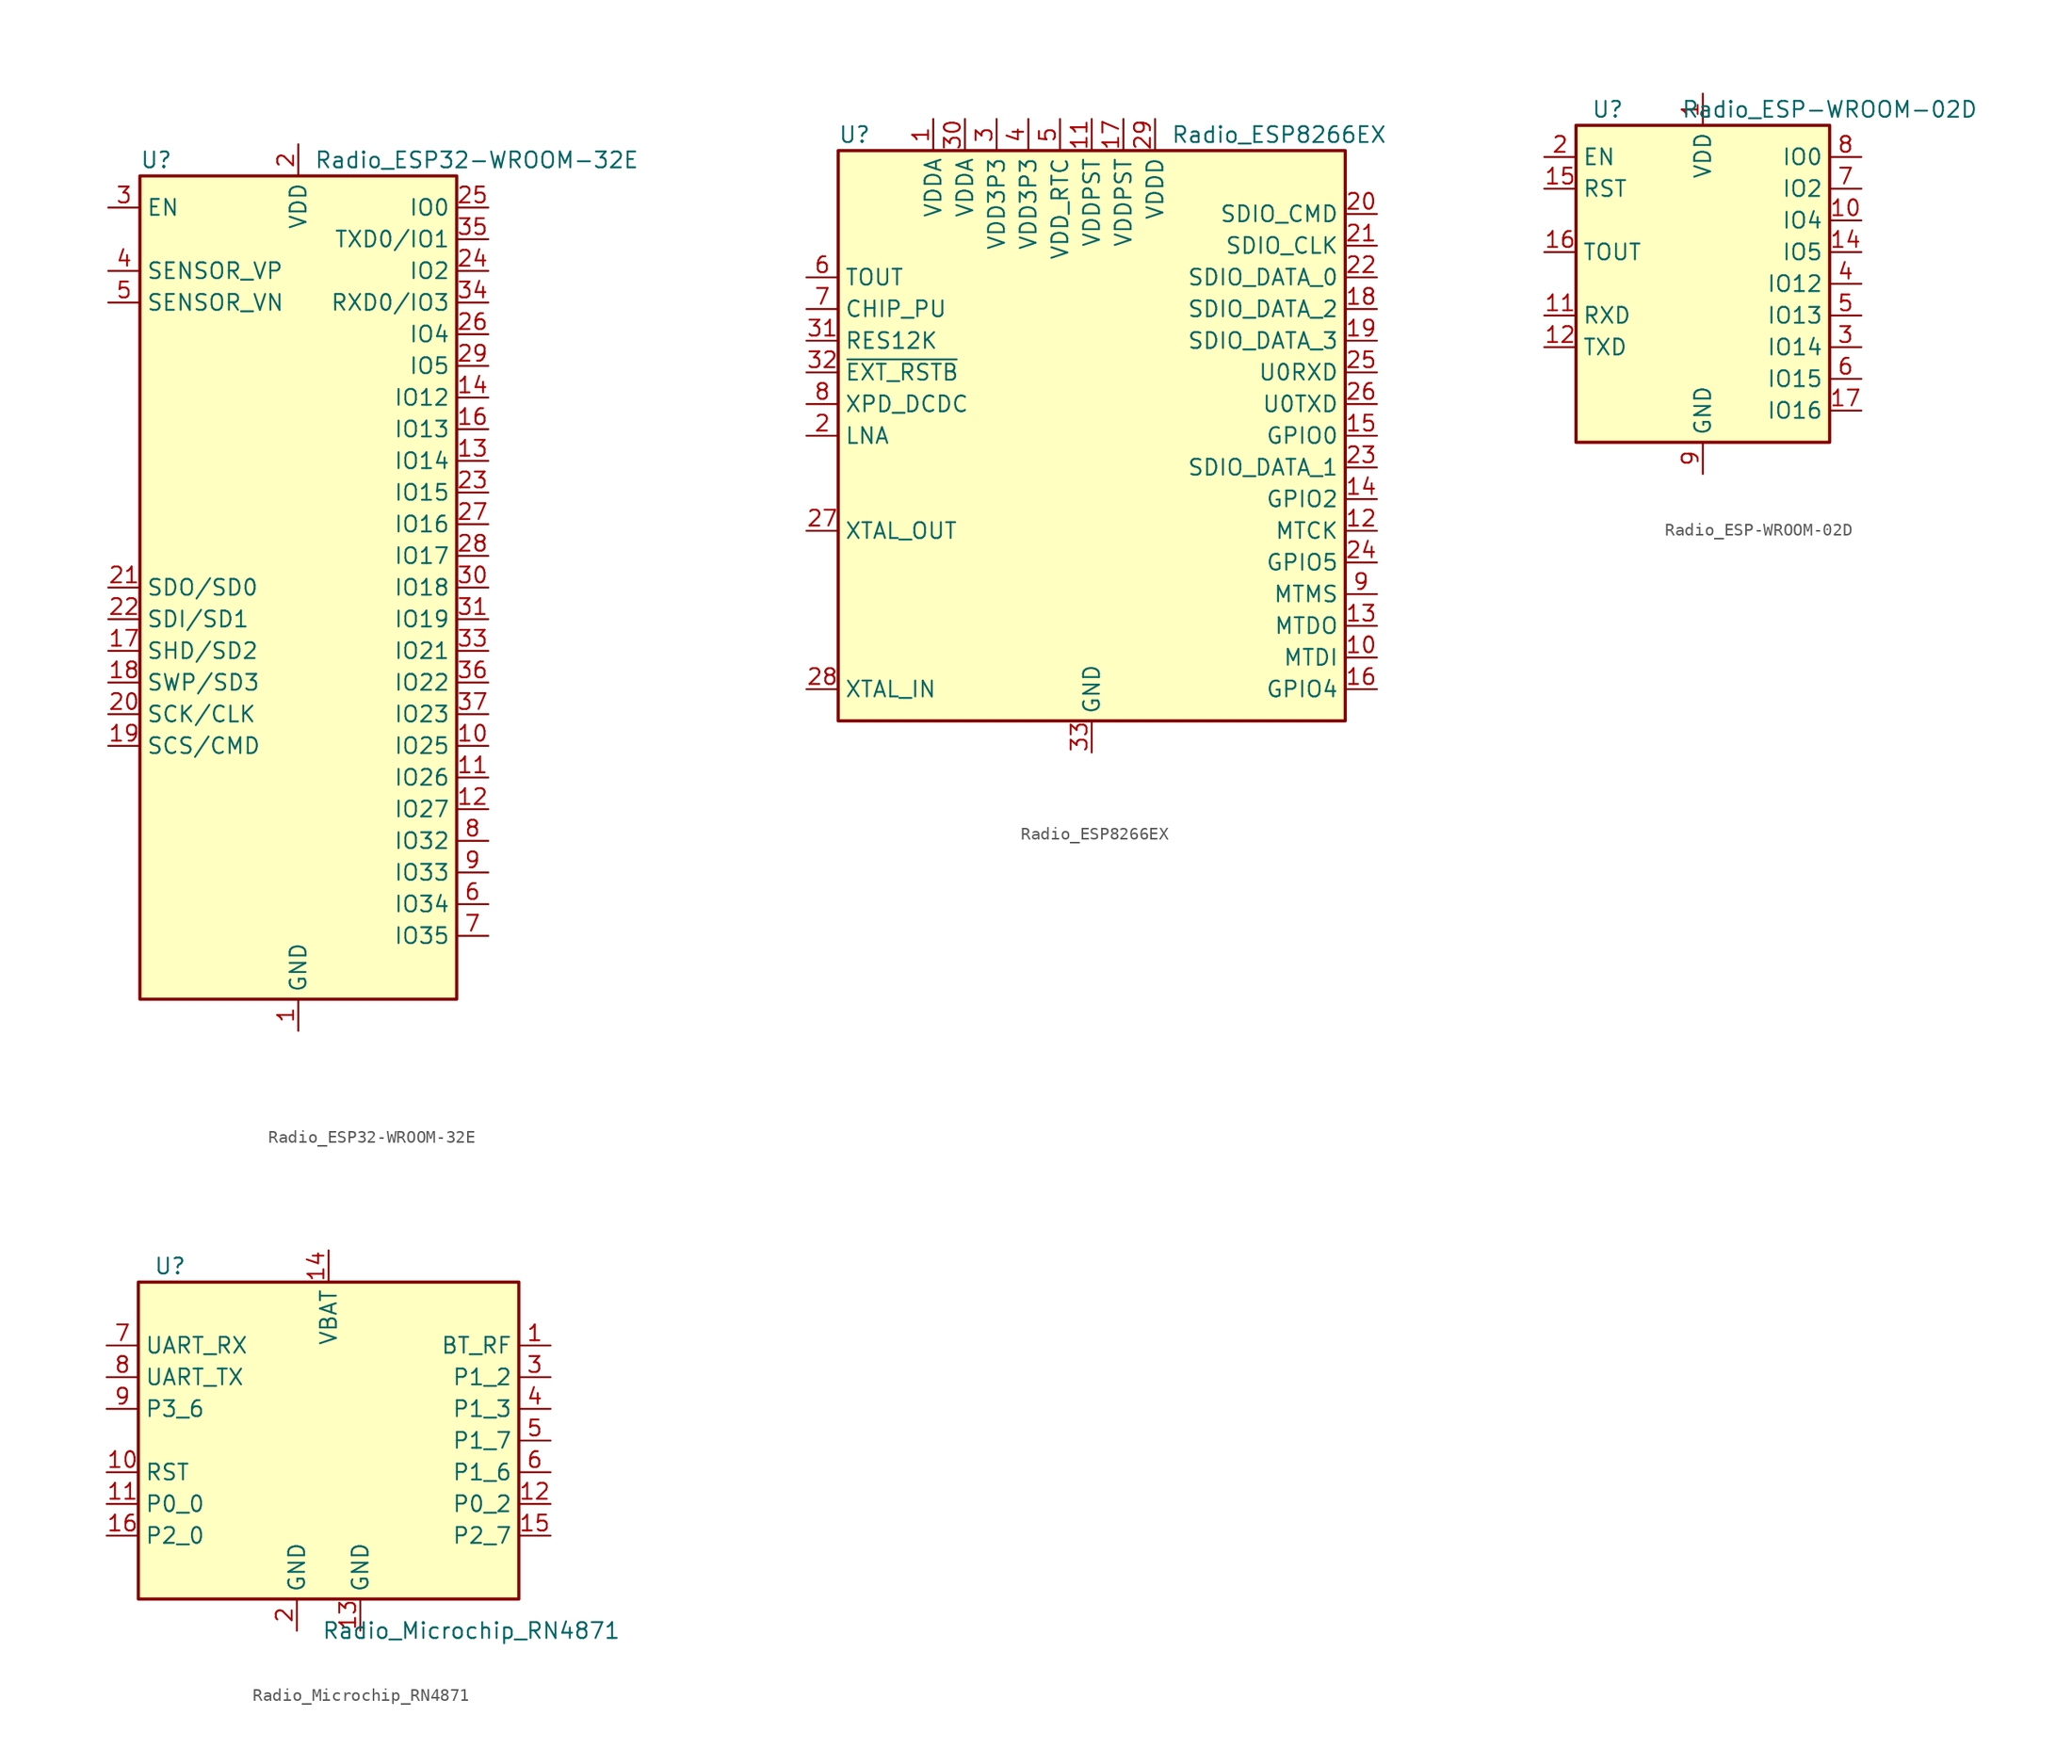
<source format=kicad_sym>
(kicad_symbol_lib
  (version 20231120)
  (generator "kicad_symbol_editor")
  (generator_version "8.0")
  (symbol "Radio_ESP32-WROOM-32E"
    (property "Reference" "U"
      (at -12.7 34.29 0)
      (effects (font (size 1.27 1.27)) (justify left)))
    (property "Value" "Radio_ESP32-WROOM-32E"
      (at 1.27 34.29 0)
      (effects (font (size 1.27 1.27)) (justify left)))
    (symbol "Radio_ESP32-WROOM-32E_0_1"
      (rectangle (start -12.7 33.02) (end 12.7 -33.02) (stroke (width 0.254) (type default)) (fill (type background))))
    (symbol "Radio_ESP32-WROOM-32E_1_1"
      (pin power_in line (at 0 -35.56 90) (length 2.54) (name "GND" (effects (font (size 1.27 1.27)))) (number "1" (effects (font (size 1.27 1.27)))))
      (pin bidirectional line (at 15.24 -12.7 180) (length 2.54) (name "IO25" (effects (font (size 1.27 1.27)))) (number "10" (effects (font (size 1.27 1.27)))))
      (pin bidirectional line (at 15.24 -15.24 180) (length 2.54) (name "IO26" (effects (font (size 1.27 1.27)))) (number "11" (effects (font (size 1.27 1.27)))))
      (pin bidirectional line (at 15.24 -17.78 180) (length 2.54) (name "IO27" (effects (font (size 1.27 1.27)))) (number "12" (effects (font (size 1.27 1.27)))))
      (pin bidirectional line (at 15.24 10.16 180) (length 2.54) (name "IO14" (effects (font (size 1.27 1.27)))) (number "13" (effects (font (size 1.27 1.27)))))
      (pin bidirectional line (at 15.24 15.24 180) (length 2.54) (name "IO12" (effects (font (size 1.27 1.27)))) (number "14" (effects (font (size 1.27 1.27)))))
      (pin passive line (at 0 -35.56 90) (length 2.54) hide (name "GND" (effects (font (size 1.27 1.27)))) (number "15" (effects (font (size 1.27 1.27)))))
      (pin bidirectional line (at 15.24 12.7 180) (length 2.54) (name "IO13" (effects (font (size 1.27 1.27)))) (number "16" (effects (font (size 1.27 1.27)))))
      (pin bidirectional line (at -15.24 -5.08 0) (length 2.54) (name "SHD/SD2" (effects (font (size 1.27 1.27)))) (number "17" (effects (font (size 1.27 1.27)))))
      (pin bidirectional line (at -15.24 -7.62 0) (length 2.54) (name "SWP/SD3" (effects (font (size 1.27 1.27)))) (number "18" (effects (font (size 1.27 1.27)))))
      (pin bidirectional line (at -15.24 -12.7 0) (length 2.54) (name "SCS/CMD" (effects (font (size 1.27 1.27)))) (number "19" (effects (font (size 1.27 1.27)))))
      (pin power_in line (at 0 35.56 270) (length 2.54) (name "VDD" (effects (font (size 1.27 1.27)))) (number "2" (effects (font (size 1.27 1.27)))))
      (pin bidirectional line (at -15.24 -10.16 0) (length 2.54) (name "SCK/CLK" (effects (font (size 1.27 1.27)))) (number "20" (effects (font (size 1.27 1.27)))))
      (pin bidirectional line (at -15.24 0 0) (length 2.54) (name "SDO/SD0" (effects (font (size 1.27 1.27)))) (number "21" (effects (font (size 1.27 1.27)))))
      (pin bidirectional line (at -15.24 -2.54 0) (length 2.54) (name "SDI/SD1" (effects (font (size 1.27 1.27)))) (number "22" (effects (font (size 1.27 1.27)))))
      (pin bidirectional line (at 15.24 7.62 180) (length 2.54) (name "IO15" (effects (font (size 1.27 1.27)))) (number "23" (effects (font (size 1.27 1.27)))))
      (pin bidirectional line (at 15.24 25.4 180) (length 2.54) (name "IO2" (effects (font (size 1.27 1.27)))) (number "24" (effects (font (size 1.27 1.27)))))
      (pin bidirectional line (at 15.24 30.48 180) (length 2.54) (name "IO0" (effects (font (size 1.27 1.27)))) (number "25" (effects (font (size 1.27 1.27)))))
      (pin bidirectional line (at 15.24 20.32 180) (length 2.54) (name "IO4" (effects (font (size 1.27 1.27)))) (number "26" (effects (font (size 1.27 1.27)))))
      (pin bidirectional line (at 15.24 5.08 180) (length 2.54) (name "IO16" (effects (font (size 1.27 1.27)))) (number "27" (effects (font (size 1.27 1.27)))))
      (pin bidirectional line (at 15.24 2.54 180) (length 2.54) (name "IO17" (effects (font (size 1.27 1.27)))) (number "28" (effects (font (size 1.27 1.27)))))
      (pin bidirectional line (at 15.24 17.78 180) (length 2.54) (name "IO5" (effects (font (size 1.27 1.27)))) (number "29" (effects (font (size 1.27 1.27)))))
      (pin input line (at -15.24 30.48 0) (length 2.54) (name "EN" (effects (font (size 1.27 1.27)))) (number "3" (effects (font (size 1.27 1.27)))))
      (pin bidirectional line (at 15.24 0 180) (length 2.54) (name "IO18" (effects (font (size 1.27 1.27)))) (number "30" (effects (font (size 1.27 1.27)))))
      (pin bidirectional line (at 15.24 -2.54 180) (length 2.54) (name "IO19" (effects (font (size 1.27 1.27)))) (number "31" (effects (font (size 1.27 1.27)))))
      (pin no_connect line (at -12.7 -27.94 0) (length 2.54) hide (name "NC" (effects (font (size 1.27 1.27)))) (number "32" (effects (font (size 1.27 1.27)))))
      (pin bidirectional line (at 15.24 -5.08 180) (length 2.54) (name "IO21" (effects (font (size 1.27 1.27)))) (number "33" (effects (font (size 1.27 1.27)))))
      (pin bidirectional line (at 15.24 22.86 180) (length 2.54) (name "RXD0/IO3" (effects (font (size 1.27 1.27)))) (number "34" (effects (font (size 1.27 1.27)))))
      (pin bidirectional line (at 15.24 27.94 180) (length 2.54) (name "TXD0/IO1" (effects (font (size 1.27 1.27)))) (number "35" (effects (font (size 1.27 1.27)))))
      (pin bidirectional line (at 15.24 -7.62 180) (length 2.54) (name "IO22" (effects (font (size 1.27 1.27)))) (number "36" (effects (font (size 1.27 1.27)))))
      (pin bidirectional line (at 15.24 -10.16 180) (length 2.54) (name "IO23" (effects (font (size 1.27 1.27)))) (number "37" (effects (font (size 1.27 1.27)))))
      (pin passive line (at 0 -35.56 90) (length 2.54) hide (name "GND" (effects (font (size 1.27 1.27)))) (number "38" (effects (font (size 1.27 1.27)))))
      (pin passive line (at 0 -35.56 90) (length 2.54) hide (name "GND" (effects (font (size 1.27 1.27)))) (number "39" (effects (font (size 1.27 1.27)))))
      (pin input line (at -15.24 25.4 0) (length 2.54) (name "SENSOR_VP" (effects (font (size 1.27 1.27)))) (number "4" (effects (font (size 1.27 1.27)))))
      (pin input line (at -15.24 22.86 0) (length 2.54) (name "SENSOR_VN" (effects (font (size 1.27 1.27)))) (number "5" (effects (font (size 1.27 1.27)))))
      (pin input line (at 15.24 -25.4 180) (length 2.54) (name "IO34" (effects (font (size 1.27 1.27)))) (number "6" (effects (font (size 1.27 1.27)))))
      (pin input line (at 15.24 -27.94 180) (length 2.54) (name "IO35" (effects (font (size 1.27 1.27)))) (number "7" (effects (font (size 1.27 1.27)))))
      (pin bidirectional line (at 15.24 -20.32 180) (length 2.54) (name "IO32" (effects (font (size 1.27 1.27)))) (number "8" (effects (font (size 1.27 1.27)))))
      (pin bidirectional line (at 15.24 -22.86 180) (length 2.54) (name "IO33" (effects (font (size 1.27 1.27)))) (number "9" (effects (font (size 1.27 1.27)))))))
  (symbol "Radio_ESP8266EX"
    (property "Reference" "U"
      (at -20.32 24.13 0)
      (effects (font (size 1.27 1.27)) (justify left)))
    (property "Value" "Radio_ESP8266EX"
      (at 6.35 24.13 0)
      (effects (font (size 1.27 1.27)) (justify left)))
    (symbol "Radio_ESP8266EX_0_1"
      (rectangle (start -20.32 22.86) (end 20.32 -22.86) (stroke (width 0.254) (type default)) (fill (type background))))
    (symbol "Radio_ESP8266EX_1_1"
      (pin power_in line (at -12.7 25.4 270) (length 2.54) (name "VDDA" (effects (font (size 1.27 1.27)))) (number "1" (effects (font (size 1.27 1.27)))))
      (pin bidirectional line (at 22.86 -17.78 180) (length 2.54) (name "MTDI" (effects (font (size 1.27 1.27)))) (number "10" (effects (font (size 1.27 1.27)))))
      (pin power_in line (at 0 25.4 270) (length 2.54) (name "VDDPST" (effects (font (size 1.27 1.27)))) (number "11" (effects (font (size 1.27 1.27)))))
      (pin bidirectional line (at 22.86 -7.62 180) (length 2.54) (name "MTCK" (effects (font (size 1.27 1.27)))) (number "12" (effects (font (size 1.27 1.27)))))
      (pin bidirectional line (at 22.86 -15.24 180) (length 2.54) (name "MTDO" (effects (font (size 1.27 1.27)))) (number "13" (effects (font (size 1.27 1.27)))))
      (pin bidirectional line (at 22.86 -5.08 180) (length 2.54) (name "GPIO2" (effects (font (size 1.27 1.27)))) (number "14" (effects (font (size 1.27 1.27)))))
      (pin bidirectional line (at 22.86 0 180) (length 2.54) (name "GPIO0" (effects (font (size 1.27 1.27)))) (number "15" (effects (font (size 1.27 1.27)))))
      (pin bidirectional line (at 22.86 -20.32 180) (length 2.54) (name "GPIO4" (effects (font (size 1.27 1.27)))) (number "16" (effects (font (size 1.27 1.27)))))
      (pin power_in line (at 2.54 25.4 270) (length 2.54) (name "VDDPST" (effects (font (size 1.27 1.27)))) (number "17" (effects (font (size 1.27 1.27)))))
      (pin bidirectional line (at 22.86 10.16 180) (length 2.54) (name "SDIO_DATA_2" (effects (font (size 1.27 1.27)))) (number "18" (effects (font (size 1.27 1.27)))))
      (pin bidirectional line (at 22.86 7.62 180) (length 2.54) (name "SDIO_DATA_3" (effects (font (size 1.27 1.27)))) (number "19" (effects (font (size 1.27 1.27)))))
      (pin bidirectional line (at -22.86 0 0) (length 2.54) (name "LNA" (effects (font (size 1.27 1.27)))) (number "2" (effects (font (size 1.27 1.27)))))
      (pin bidirectional line (at 22.86 17.78 180) (length 2.54) (name "SDIO_CMD" (effects (font (size 1.27 1.27)))) (number "20" (effects (font (size 1.27 1.27)))))
      (pin bidirectional line (at 22.86 15.24 180) (length 2.54) (name "SDIO_CLK" (effects (font (size 1.27 1.27)))) (number "21" (effects (font (size 1.27 1.27)))))
      (pin bidirectional line (at 22.86 12.7 180) (length 2.54) (name "SDIO_DATA_0" (effects (font (size 1.27 1.27)))) (number "22" (effects (font (size 1.27 1.27)))))
      (pin bidirectional line (at 22.86 -2.54 180) (length 2.54) (name "SDIO_DATA_1" (effects (font (size 1.27 1.27)))) (number "23" (effects (font (size 1.27 1.27)))))
      (pin bidirectional line (at 22.86 -10.16 180) (length 2.54) (name "GPIO5" (effects (font (size 1.27 1.27)))) (number "24" (effects (font (size 1.27 1.27)))))
      (pin bidirectional line (at 22.86 5.08 180) (length 2.54) (name "U0RXD" (effects (font (size 1.27 1.27)))) (number "25" (effects (font (size 1.27 1.27)))))
      (pin bidirectional line (at 22.86 2.54 180) (length 2.54) (name "U0TXD" (effects (font (size 1.27 1.27)))) (number "26" (effects (font (size 1.27 1.27)))))
      (pin bidirectional line (at -22.86 -7.62 0) (length 2.54) (name "XTAL_OUT" (effects (font (size 1.27 1.27)))) (number "27" (effects (font (size 1.27 1.27)))))
      (pin bidirectional line (at -22.86 -20.32 0) (length 2.54) (name "XTAL_IN" (effects (font (size 1.27 1.27)))) (number "28" (effects (font (size 1.27 1.27)))))
      (pin power_in line (at 5.08 25.4 270) (length 2.54) (name "VDDD" (effects (font (size 1.27 1.27)))) (number "29" (effects (font (size 1.27 1.27)))))
      (pin power_in line (at -7.62 25.4 270) (length 2.54) (name "VDD3P3" (effects (font (size 1.27 1.27)))) (number "3" (effects (font (size 1.27 1.27)))))
      (pin power_in line (at -10.16 25.4 270) (length 2.54) (name "VDDA" (effects (font (size 1.27 1.27)))) (number "30" (effects (font (size 1.27 1.27)))))
      (pin input line (at -22.86 7.62 0) (length 2.54) (name "RES12K" (effects (font (size 1.27 1.27)))) (number "31" (effects (font (size 1.27 1.27)))))
      (pin input line (at -22.86 5.08 0) (length 2.54) (name "~{EXT_RSTB}" (effects (font (size 1.27 1.27)))) (number "32" (effects (font (size 1.27 1.27)))))
      (pin power_in line (at 0 -25.4 90) (length 2.54) (name "GND" (effects (font (size 1.27 1.27)))) (number "33" (effects (font (size 1.27 1.27)))))
      (pin power_in line (at -5.08 25.4 270) (length 2.54) (name "VDD3P3" (effects (font (size 1.27 1.27)))) (number "4" (effects (font (size 1.27 1.27)))))
      (pin power_in line (at -2.54 25.4 270) (length 2.54) (name "VDD_RTC" (effects (font (size 1.27 1.27)))) (number "5" (effects (font (size 1.27 1.27)))))
      (pin input line (at -22.86 12.7 0) (length 2.54) (name "TOUT" (effects (font (size 1.27 1.27)))) (number "6" (effects (font (size 1.27 1.27)))))
      (pin input line (at -22.86 10.16 0) (length 2.54) (name "CHIP_PU" (effects (font (size 1.27 1.27)))) (number "7" (effects (font (size 1.27 1.27)))))
      (pin bidirectional line (at -22.86 2.54 0) (length 2.54) (name "XPD_DCDC" (effects (font (size 1.27 1.27)))) (number "8" (effects (font (size 1.27 1.27)))))
      (pin bidirectional line (at 22.86 -12.7 180) (length 2.54) (name "MTMS" (effects (font (size 1.27 1.27)))) (number "9" (effects (font (size 1.27 1.27)))))))
  (symbol "Radio_ESP-WROOM-02D"
    (property "Reference" "U"
      (at -7.62 13.97 0)
      (effects (font (size 1.27 1.27))))
    (property "Value" "Radio_ESP-WROOM-02D"
      (at 10.16 13.97 0)
      (effects (font (size 1.27 1.27))))
    (symbol "Radio_ESP-WROOM-02D_0_1"
      (rectangle (start 10.16 12.7) (end -10.16 -12.7) (stroke (width 0.254) (type default)) (fill (type background))))
    (symbol "Radio_ESP-WROOM-02D_1_1"
      (pin power_in line (at 0 15.24 270) (length 2.54) (name "VDD" (effects (font (size 1.27 1.27)))) (number "1" (effects (font (size 1.27 1.27)))))
      (pin bidirectional line (at 12.7 5.08 180) (length 2.54) (name "IO4" (effects (font (size 1.27 1.27)))) (number "10" (effects (font (size 1.27 1.27)))))
      (pin bidirectional line (at -12.7 -2.54 0) (length 2.54) (name "RXD" (effects (font (size 1.27 1.27)))) (number "11" (effects (font (size 1.27 1.27)))))
      (pin bidirectional line (at -12.7 -5.08 0) (length 2.54) (name "TXD" (effects (font (size 1.27 1.27)))) (number "12" (effects (font (size 1.27 1.27)))))
      (pin passive line (at 0 -15.24 90) (length 2.54) hide (name "GND" (effects (font (size 1.27 1.27)))) (number "13" (effects (font (size 1.27 1.27)))))
      (pin bidirectional line (at 12.7 2.54 180) (length 2.54) (name "IO5" (effects (font (size 1.27 1.27)))) (number "14" (effects (font (size 1.27 1.27)))))
      (pin input line (at -12.7 7.62 0) (length 2.54) (name "RST" (effects (font (size 1.27 1.27)))) (number "15" (effects (font (size 1.27 1.27)))))
      (pin input line (at -12.7 2.54 0) (length 2.54) (name "TOUT" (effects (font (size 1.27 1.27)))) (number "16" (effects (font (size 1.27 1.27)))))
      (pin bidirectional line (at 12.7 -10.16 180) (length 2.54) (name "IO16" (effects (font (size 1.27 1.27)))) (number "17" (effects (font (size 1.27 1.27)))))
      (pin passive line (at 0 -15.24 90) (length 2.54) hide (name "GND" (effects (font (size 1.27 1.27)))) (number "18" (effects (font (size 1.27 1.27)))))
      (pin passive line (at 0 -15.24 90) (length 2.54) hide (name "GND" (effects (font (size 1.27 1.27)))) (number "19" (effects (font (size 1.27 1.27)))))
      (pin input line (at -12.7 10.16 0) (length 2.54) (name "EN" (effects (font (size 1.27 1.27)))) (number "2" (effects (font (size 1.27 1.27)))))
      (pin bidirectional line (at 12.7 -5.08 180) (length 2.54) (name "IO14" (effects (font (size 1.27 1.27)))) (number "3" (effects (font (size 1.27 1.27)))))
      (pin bidirectional line (at 12.7 0 180) (length 2.54) (name "IO12" (effects (font (size 1.27 1.27)))) (number "4" (effects (font (size 1.27 1.27)))))
      (pin bidirectional line (at 12.7 -2.54 180) (length 2.54) (name "IO13" (effects (font (size 1.27 1.27)))) (number "5" (effects (font (size 1.27 1.27)))))
      (pin bidirectional line (at 12.7 -7.62 180) (length 2.54) (name "IO15" (effects (font (size 1.27 1.27)))) (number "6" (effects (font (size 1.27 1.27)))))
      (pin bidirectional line (at 12.7 7.62 180) (length 2.54) (name "IO2" (effects (font (size 1.27 1.27)))) (number "7" (effects (font (size 1.27 1.27)))))
      (pin bidirectional line (at 12.7 10.16 180) (length 2.54) (name "IO0" (effects (font (size 1.27 1.27)))) (number "8" (effects (font (size 1.27 1.27)))))
      (pin power_in line (at 0 -15.24 90) (length 2.54) (name "GND" (effects (font (size 1.27 1.27)))) (number "9" (effects (font (size 1.27 1.27)))))))
  (symbol "Radio_Microchip_RN4871"
    (property "Reference" "U"
      (at -12.7 13.97 0)
      (effects (font (size 1.27 1.27))))
    (property "Value" "Radio_Microchip_RN4871"
      (at 11.43 -15.24 0)
      (effects (font (size 1.27 1.27))))
    (symbol "Radio_Microchip_RN4871_0_1"
      (rectangle (start -15.24 12.7) (end 15.24 -12.7) (stroke (width 0.254) (type default)) (fill (type background))))
    (symbol "Radio_Microchip_RN4871_1_1"
      (pin output line (at 17.78 7.62 180) (length 2.54) (name "BT_RF" (effects (font (size 1.27 1.27)))) (number "1" (effects (font (size 1.27 1.27)))))
      (pin input line (at -17.78 -2.54 0) (length 2.54) (name "RST" (effects (font (size 1.27 1.27)))) (number "10" (effects (font (size 1.27 1.27)))))
      (pin bidirectional line (at -17.78 -5.08 0) (length 2.54) (name "P0_0" (effects (font (size 1.27 1.27)))) (number "11" (effects (font (size 1.27 1.27)))))
      (pin bidirectional line (at 17.78 -5.08 180) (length 2.54) (name "P0_2" (effects (font (size 1.27 1.27)))) (number "12" (effects (font (size 1.27 1.27)))))
      (pin power_in line (at 2.54 -15.24 90) (length 2.54) (name "GND" (effects (font (size 1.27 1.27)))) (number "13" (effects (font (size 1.27 1.27)))))
      (pin power_in line (at 0 15.24 270) (length 2.54) (name "VBAT" (effects (font (size 1.27 1.27)))) (number "14" (effects (font (size 1.27 1.27)))))
      (pin bidirectional line (at 17.78 -7.62 180) (length 2.54) (name "P2_7" (effects (font (size 1.27 1.27)))) (number "15" (effects (font (size 1.27 1.27)))))
      (pin input line (at -17.78 -7.62 0) (length 2.54) (name "P2_0" (effects (font (size 1.27 1.27)))) (number "16" (effects (font (size 1.27 1.27)))))
      (pin power_in line (at -2.54 -15.24 90) (length 2.54) (name "GND" (effects (font (size 1.27 1.27)))) (number "2" (effects (font (size 1.27 1.27)))))
      (pin bidirectional line (at 17.78 5.08 180) (length 2.54) (name "P1_2" (effects (font (size 1.27 1.27)))) (number "3" (effects (font (size 1.27 1.27)))))
      (pin bidirectional line (at 17.78 2.54 180) (length 2.54) (name "P1_3" (effects (font (size 1.27 1.27)))) (number "4" (effects (font (size 1.27 1.27)))))
      (pin bidirectional line (at 17.78 0 180) (length 2.54) (name "P1_7" (effects (font (size 1.27 1.27)))) (number "5" (effects (font (size 1.27 1.27)))))
      (pin bidirectional line (at 17.78 -2.54 180) (length 2.54) (name "P1_6" (effects (font (size 1.27 1.27)))) (number "6" (effects (font (size 1.27 1.27)))))
      (pin input line (at -17.78 7.62 0) (length 2.54) (name "UART_RX" (effects (font (size 1.27 1.27)))) (number "7" (effects (font (size 1.27 1.27)))))
      (pin output line (at -17.78 5.08 0) (length 2.54) (name "UART_TX" (effects (font (size 1.27 1.27)))) (number "8" (effects (font (size 1.27 1.27)))))
      (pin bidirectional line (at -17.78 2.54 0) (length 2.54) (name "P3_6" (effects (font (size 1.27 1.27)))) (number "9" (effects (font (size 1.27 1.27))))))))
</source>
